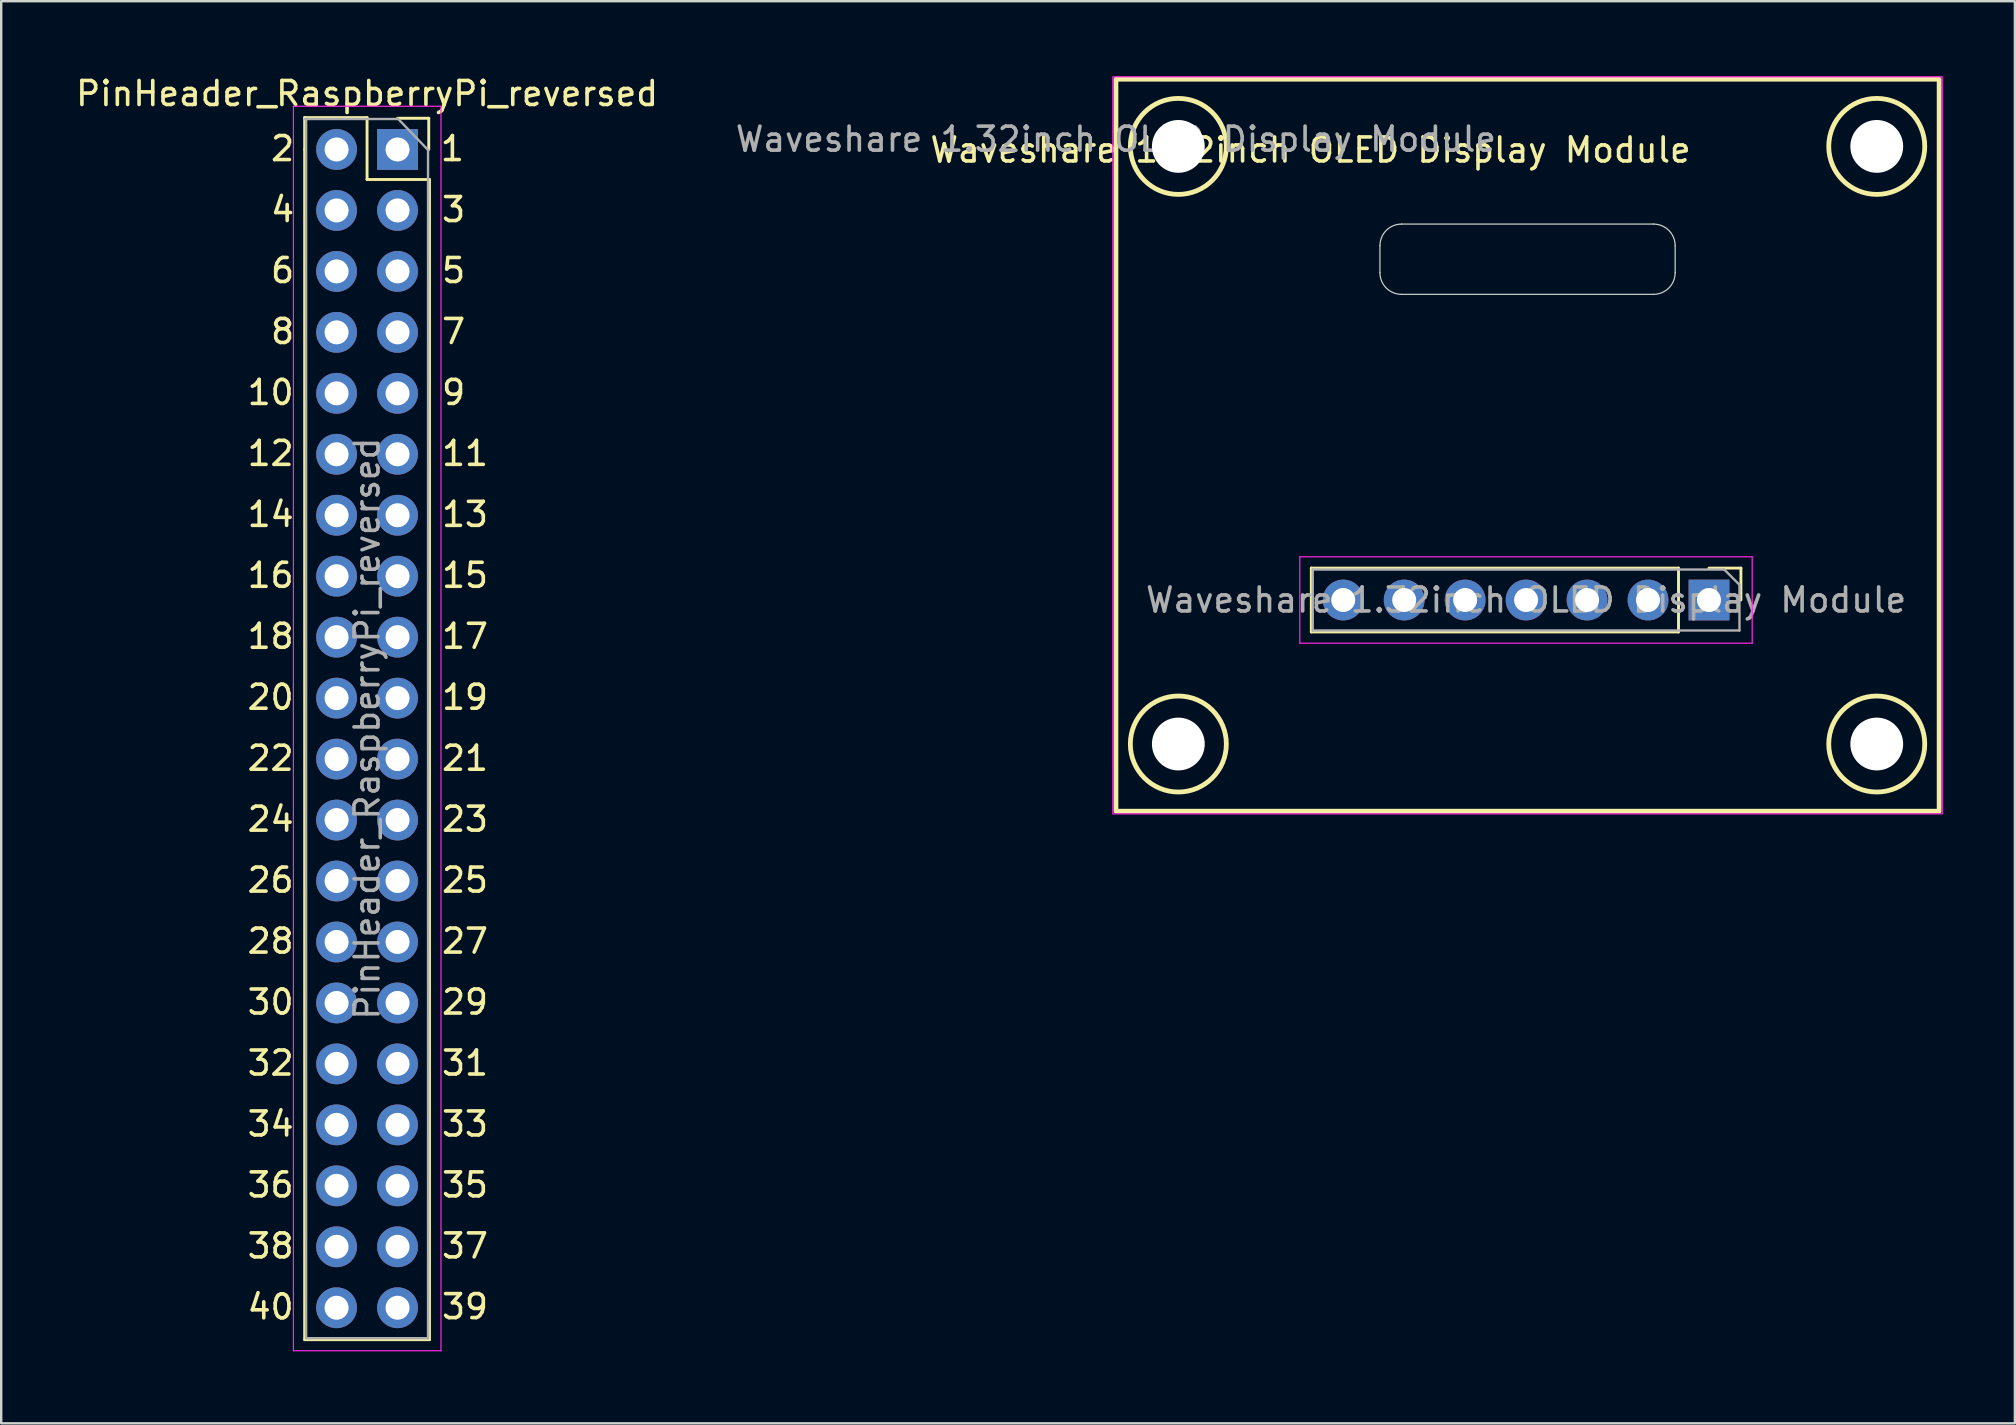
<source format=kicad_pcb>
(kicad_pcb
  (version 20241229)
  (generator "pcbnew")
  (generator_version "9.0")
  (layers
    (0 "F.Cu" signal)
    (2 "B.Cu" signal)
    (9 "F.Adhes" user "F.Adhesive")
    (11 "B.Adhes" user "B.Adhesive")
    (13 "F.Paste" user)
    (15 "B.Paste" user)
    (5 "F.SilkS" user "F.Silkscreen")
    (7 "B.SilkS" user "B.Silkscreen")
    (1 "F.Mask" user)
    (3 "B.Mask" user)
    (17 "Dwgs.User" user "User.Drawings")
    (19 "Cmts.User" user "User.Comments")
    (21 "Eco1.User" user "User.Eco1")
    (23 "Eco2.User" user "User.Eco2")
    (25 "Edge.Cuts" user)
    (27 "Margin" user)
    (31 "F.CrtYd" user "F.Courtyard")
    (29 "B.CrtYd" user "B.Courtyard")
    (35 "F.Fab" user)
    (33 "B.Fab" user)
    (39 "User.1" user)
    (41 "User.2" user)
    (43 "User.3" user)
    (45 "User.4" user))
  (footprint "Waveshare 1.32inch OLED Display Module"
    (layer "F.Cu")
    (at 43.446 0.25)
    (property "Reference" "Waveshare 1.32inch OLED Display Module" (at 8.11 2.95 0) (unlocked yes) (layer "F.SilkS") (effects (font (size 1 1) (thickness 0.15))))
    (attr smd)
    (fp_line (start 8.14 20.37) (end 8.14 23.03) (stroke (width 0.12) (type solid)) (layer "F.SilkS"))
    (fp_line (start 23.44 20.37) (end 8.14 20.37) (stroke (width 0.12) (type solid)) (layer "F.SilkS"))
    (fp_line (start 23.44 20.37) (end 23.44 23.03) (stroke (width 0.12) (type solid)) (layer "F.SilkS"))
    (fp_line (start 23.44 23.03) (end 8.14 23.03) (stroke (width 0.12) (type solid)) (layer "F.SilkS"))
    (fp_line (start 24.71 20.37) (end 26.04 20.37) (stroke (width 0.12) (type solid)) (layer "F.SilkS"))
    (fp_line (start 26.04 20.37) (end 26.04 21.7) (stroke (width 0.12) (type solid)) (layer "F.SilkS"))
    (fp_rect (start 0 0) (end 34.3 30.5) (stroke (width 0.2) (type default)) (fill no) (layer "F.SilkS"))
    (fp_circle (center 2.6 2.8) (end 4.6 2.8) (stroke (width 0.2) (type default)) (fill no) (layer "F.SilkS"))
    (fp_circle (center 2.6 27.7) (end 4.6 27.7) (stroke (width 0.2) (type default)) (fill no) (layer "F.SilkS"))
    (fp_circle (center 31.7 2.8) (end 33.7 2.8) (stroke (width 0.2) (type default)) (fill no) (layer "F.SilkS"))
    (fp_circle (center 31.7 27.7) (end 33.7 27.7) (stroke (width 0.2) (type default)) (fill no) (layer "F.SilkS"))
    (fp_line (start 11 6.936) (end 11 8.064) (stroke (width 0.05) (type default)) (layer "Edge.Cuts"))
    (fp_line (start 11.9 8.964) (end 22.4 8.964) (stroke (width 0.05) (type default)) (layer "Edge.Cuts"))
    (fp_line (start 22.4 6.036) (end 11.9 6.036) (stroke (width 0.05) (type default)) (layer "Edge.Cuts"))
    (fp_line (start 23.3 8.064) (end 23.3 6.936) (stroke (width 0.05) (type default)) (layer "Edge.Cuts"))
    (fp_arc (start 11.000396 6.936396) (mid 11.264 6.3) (end 11.900396 6.036396) (stroke (width 0.05) (type default)) (layer "Edge.Cuts"))
    (fp_arc (start 11.900396 8.963604) (mid 11.264 8.7) (end 11.000396 8.063604) (stroke (width 0.05) (type default)) (layer "Edge.Cuts"))
    (fp_arc (start 22.4 6.036396) (mid 23.036398 6.3) (end 23.3 6.936396) (stroke (width 0.05) (type default)) (layer "Edge.Cuts"))
    (fp_arc (start 23.3 8.063604) (mid 23.036396 8.7) (end 22.4 8.963604) (stroke (width 0.05) (type default)) (layer "Edge.Cuts"))
    (fp_circle (center 2.6 2.8) (end 4.2 4.3) (stroke (width 0.1) (type default)) (fill no) (layer "Margin"))
    (fp_circle (center 2.6 27.7) (end 3.6 29.7) (stroke (width 0.1) (type default)) (fill no) (layer "Margin"))
    (fp_circle (center 31.7 2.8) (end 32.5 4.9) (stroke (width 0.1) (type default)) (fill no) (layer "Margin"))
    (fp_circle (center 31.7 27.7) (end 33 29.6) (stroke (width 0.1) (type default)) (fill no) (layer "Margin"))
    (fp_line (start 7.66 19.9) (end 7.66 23.5) (stroke (width 0.05) (type solid)) (layer "F.CrtYd"))
    (fp_line (start 7.66 23.5) (end 26.51 23.5) (stroke (width 0.05) (type solid)) (layer "F.CrtYd"))
    (fp_line (start 26.51 19.9) (end 7.66 19.9) (stroke (width 0.05) (type solid)) (layer "F.CrtYd"))
    (fp_line (start 26.51 23.5) (end 26.51 19.9) (stroke (width 0.05) (type solid)) (layer "F.CrtYd"))
    (fp_rect (start -0.13 -0.1) (end 34.43 30.61) (stroke (width 0.05) (type default)) (fill no) (layer "F.CrtYd"))
    (fp_line (start 8.2 20.43) (end 25.345 20.43) (stroke (width 0.1) (type solid)) (layer "F.Fab"))
    (fp_line (start 8.2 22.97) (end 8.2 20.43) (stroke (width 0.1) (type solid)) (layer "F.Fab"))
    (fp_line (start 25.345 20.43) (end 25.98 21.065) (stroke (width 0.1) (type solid)) (layer "F.Fab"))
    (fp_line (start 25.98 21.065) (end 25.98 22.97) (stroke (width 0.1) (type solid)) (layer "F.Fab"))
    (fp_line (start 25.98 22.97) (end 8.2 22.97) (stroke (width 0.1) (type solid)) (layer "F.Fab"))
    (fp_text user "${REFERENCE}" (at 17.09 21.7 0) (layer "F.Fab") (effects (font (size 1 1) (thickness 0.15))))
    (fp_text user "${REFERENCE}" (at 0 2.5 0) (unlocked yes) (layer "F.Fab") (effects (font (size 1 1) (thickness 0.15))))
    (pad "" np_thru_hole circle (at 2.6 2.8) (size 2.2 2.2) (drill 2.2) (layers "*.Cu" "*.Mask"))
    (pad "" np_thru_hole circle (at 2.6 27.7) (size 2.2 2.2) (drill 2.2) (layers "*.Cu" "*.Mask"))
    (pad "" np_thru_hole circle (at 31.7 2.8) (size 2.2 2.2) (drill 2.2) (layers "*.Cu" "*.Mask"))
    (pad "" np_thru_hole circle (at 31.7 27.7) (size 2.2 2.2) (drill 2.2) (layers "*.Cu" "*.Mask"))
    (pad "CE0" thru_hole oval (at 14.55 21.7 270) (size 1.7 1.7) (drill 1) (layers "*.Cu" "*.Mask"))
    (pad "GND" thru_hole oval (at 22.17 21.7 270) (size 1.7 1.7) (drill 1) (layers "*.Cu" "*.Mask"))
    (pad "MISO" thru_hole oval (at 12.01 21.7 270) (size 1.7 1.7) (drill 1) (layers "*.Cu" "*.Mask"))
    (pad "MOSI" thru_hole oval (at 19.63 21.7 270) (size 1.7 1.7) (drill 1) (layers "*.Cu" "*.Mask"))
    (pad "RST" thru_hole oval (at 9.47 21.7 270) (size 1.7 1.7) (drill 1) (layers "*.Cu" "*.Mask"))
    (pad "SCLK" thru_hole oval (at 17.09 21.7 270) (size 1.7 1.7) (drill 1) (layers "*.Cu" "*.Mask"))
    (pad "VCC" thru_hole rect (at 24.71 21.7 270) (size 1.7 1.7) (drill 1) (layers "*.Cu" "*.Mask")))
  (footprint "PinHeader_RaspberryPi_reversed"
    (layer "F.Cu")
    (at 13.514 3.178)
    (property "Reference" "PinHeader_RaspberryPi_reversed" (at -1.27 -2.33 0) (layer "F.SilkS") (effects (font (size 1 1) (thickness 0.15))))
    (attr through_hole)
    (fp_line (start -3.87 -1.33) (end -1.27 -1.33) (stroke (width 0.12) (type solid)) (layer "F.SilkS"))
    (fp_line (start -3.87 0) (end -3.87 -1.33) (stroke (width 0.12) (type solid)) (layer "F.SilkS"))
    (fp_line (start -3.87 0) (end -3.87 49.59) (stroke (width 0.12) (type solid)) (layer "F.SilkS"))
    (fp_line (start -3.87 49.59) (end 1.33 49.59) (stroke (width 0.12) (type solid)) (layer "F.SilkS"))
    (fp_line (start -1.27 1.25) (end -1.27 -1.33) (stroke (width 0.12) (type solid)) (layer "F.SilkS"))
    (fp_line (start -1.27 1.25) (end 1.33 1.25) (stroke (width 0.12) (type default)) (layer "F.SilkS"))
    (fp_line (start 0 -1.3) (end 1.3 -1.3) (stroke (width 0.12) (type default)) (layer "F.SilkS"))
    (fp_line (start 1.3 -1.3) (end 1.3 0) (stroke (width 0.12) (type default)) (layer "F.SilkS"))
    (fp_line (start 1.33 1.25) (end 1.33 49.59) (stroke (width 0.12) (type solid)) (layer "F.SilkS"))
    (fp_line (start -4.34 -1.8) (end -4.34 50.05) (stroke (width 0.05) (type solid)) (layer "F.CrtYd"))
    (fp_line (start -4.34 50.05) (end 1.81 50.05) (stroke (width 0.05) (type solid)) (layer "F.CrtYd"))
    (fp_line (start 1.81 -1.8) (end -4.34 -1.8) (stroke (width 0.05) (type solid)) (layer "F.CrtYd"))
    (fp_line (start 1.81 50.05) (end 1.81 -1.8) (stroke (width 0.05) (type solid)) (layer "F.CrtYd"))
    (fp_line (start -3.85 -1.27) (end 0 -1.27) (stroke (width 0.1) (type solid)) (layer "F.Fab"))
    (fp_line (start -3.81 49.53) (end -3.81 -1.25) (stroke (width 0.1) (type solid)) (layer "F.Fab"))
    (fp_line (start 0 -1.3) (end 1.25 0) (stroke (width 0.1) (type default)) (layer "F.Fab"))
    (fp_line (start 1.27 0) (end 1.27 49.53) (stroke (width 0.1) (type solid)) (layer "F.Fab"))
    (fp_line (start 1.27 49.53) (end -3.81 49.53) (stroke (width 0.1) (type solid)) (layer "F.Fab"))
    (fp_text user "21" (at 1.76 25.95 0) (unlocked yes) (layer "F.SilkS") (effects (font (size 1 1) (thickness 0.15)) (justify left bottom)))
    (fp_text user "22" (at -6.34 25.95 0) (unlocked yes) (layer "F.SilkS") (effects (font (size 1 1) (thickness 0.15)) (justify left bottom)))
    (fp_text user "15" (at 1.76 18.33 0) (unlocked yes) (layer "F.SilkS") (effects (font (size 1 1) (thickness 0.15)) (justify left bottom)))
    (fp_text user "31" (at 1.76 38.65 0) (unlocked yes) (layer "F.SilkS") (effects (font (size 1 1) (thickness 0.15)) (justify left bottom)))
    (fp_text user "36" (at -6.34 43.73 0) (unlocked yes) (layer "F.SilkS") (effects (font (size 1 1) (thickness 0.15)) (justify left bottom)))
    (fp_text user "25" (at 1.76 31.03 0) (unlocked yes) (layer "F.SilkS") (effects (font (size 1 1) (thickness 0.15)) (justify left bottom)))
    (fp_text user "11" (at 1.76 13.25 0) (unlocked yes) (layer "F.SilkS") (effects (font (size 1 1) (thickness 0.15)) (justify left bottom)))
    (fp_text user "20" (at -6.34 23.41 0) (unlocked yes) (layer "F.SilkS") (effects (font (size 1 1) (thickness 0.15)) (justify left bottom)))
    (fp_text user "27" (at 1.76 33.57 0) (unlocked yes) (layer "F.SilkS") (effects (font (size 1 1) (thickness 0.15)) (justify left bottom)))
    (fp_text user "19" (at 1.76 23.41 0) (unlocked yes) (layer "F.SilkS") (effects (font (size 1 1) (thickness 0.15)) (justify left bottom)))
    (fp_text user "35" (at 1.76 43.73 0) (unlocked yes) (layer "F.SilkS") (effects (font (size 1 1) (thickness 0.15)) (justify left bottom)))
    (fp_text user "34" (at -6.34 41.19 0) (unlocked yes) (layer "F.SilkS") (effects (font (size 1 1) (thickness 0.15)) (justify left bottom)))
    (fp_text user "9" (at 1.76 10.71 0) (unlocked yes) (layer "F.SilkS") (effects (font (size 1 1) (thickness 0.15)) (justify left bottom)))
    (fp_text user "26" (at -6.34 31.03 0) (unlocked yes) (layer "F.SilkS") (effects (font (size 1 1) (thickness 0.15)) (justify left bottom)))
    (fp_text user "37" (at 1.76 46.27 0) (unlocked yes) (layer "F.SilkS") (effects (font (size 1 1) (thickness 0.15)) (justify left bottom)))
    (fp_text user "6" (at -5.365 5.63 0) (unlocked yes) (layer "F.SilkS") (effects (font (size 1 1) (thickness 0.15)) (justify left bottom)))
    (fp_text user "40" (at -6.34 48.81 0) (unlocked yes) (layer "F.SilkS") (effects (font (size 1 1) (thickness 0.15)) (justify left bottom)))
    (fp_text user "14" (at -6.34 15.79 0) (unlocked yes) (layer "F.SilkS") (effects (font (size 1 1) (thickness 0.15)) (justify left bottom)))
    (fp_text user "1" (at 1.71 0.55 0) (unlocked yes) (layer "F.SilkS") (effects (font (size 1 1) (thickness 0.15)) (justify left bottom)))
    (fp_text user "32" (at -6.34 38.65 0) (unlocked yes) (layer "F.SilkS") (effects (font (size 1 1) (thickness 0.15)) (justify left bottom)))
    (fp_text user "5" (at 1.76 5.63 0) (unlocked yes) (layer "F.SilkS") (effects (font (size 1 1) (thickness 0.15)) (justify left bottom)))
    (fp_text user "29" (at 1.76 36.11 0) (unlocked yes) (layer "F.SilkS") (effects (font (size 1 1) (thickness 0.15)) (justify left bottom)))
    (fp_text user "38" (at -6.34 46.27 0) (unlocked yes) (layer "F.SilkS") (effects (font (size 1 1) (thickness 0.15)) (justify left bottom)))
    (fp_text user "16" (at -6.34 18.33 0) (unlocked yes) (layer "F.SilkS") (effects (font (size 1 1) (thickness 0.15)) (justify left bottom)))
    (fp_text user "2" (at -5.365 0.55 0) (unlocked yes) (layer "F.SilkS") (effects (font (size 1 1) (thickness 0.15)) (justify left bottom)))
    (fp_text user "12" (at -6.34 13.25 0) (unlocked yes) (layer "F.SilkS") (effects (font (size 1 1) (thickness 0.15)) (justify left bottom)))
    (fp_text user "28" (at -6.34 33.57 0) (unlocked yes) (layer "F.SilkS") (effects (font (size 1 1) (thickness 0.15)) (justify left bottom)))
    (fp_text user "24" (at -6.34 28.49 0) (unlocked yes) (layer "F.SilkS") (effects (font (size 1 1) (thickness 0.15)) (justify left bottom)))
    (fp_text user "8" (at -5.365 8.17 0) (unlocked yes) (layer "F.SilkS") (effects (font (size 1 1) (thickness 0.15)) (justify left bottom)))
    (fp_text user "13" (at 1.76 15.79 0) (unlocked yes) (layer "F.SilkS") (effects (font (size 1 1) (thickness 0.15)) (justify left bottom)))
    (fp_text user "10" (at -6.34 10.71 0) (unlocked yes) (layer "F.SilkS") (effects (font (size 1 1) (thickness 0.15)) (justify left bottom)))
    (fp_text user "3" (at 1.76 3.09 0) (unlocked yes) (layer "F.SilkS") (effects (font (size 1 1) (thickness 0.15)) (justify left bottom)))
    (fp_text user "30" (at -6.34 36.11 0) (unlocked yes) (layer "F.SilkS") (effects (font (size 1 1) (thickness 0.15)) (justify left bottom)))
    (fp_text user "4" (at -5.365 3.09 0) (unlocked yes) (layer "F.SilkS") (effects (font (size 1 1) (thickness 0.15)) (justify left bottom)))
    (fp_text user "7" (at 1.76 8.17 0) (unlocked yes) (layer "F.SilkS") (effects (font (size 1 1) (thickness 0.15)) (justify left bottom)))
    (fp_text user "17" (at 1.76 20.87 0) (unlocked yes) (layer "F.SilkS") (effects (font (size 1 1) (thickness 0.15)) (justify left bottom)))
    (fp_text user "23" (at 1.76 28.49 0) (unlocked yes) (layer "F.SilkS") (effects (font (size 1 1) (thickness 0.15)) (justify left bottom)))
    (fp_text user "39" (at 1.76 48.8 0) (unlocked yes) (layer "F.SilkS") (effects (font (size 1 1) (thickness 0.15)) (justify left bottom)))
    (fp_text user "18" (at -6.34 20.87 0) (unlocked yes) (layer "F.SilkS") (effects (font (size 1 1) (thickness 0.15)) (justify left bottom)))
    (fp_text user "33" (at 1.76 41.19 0) (unlocked yes) (layer "F.SilkS") (effects (font (size 1 1) (thickness 0.15)) (justify left bottom)))
    (fp_text user "${REFERENCE}" (at -1.27 24.13 90) (layer "F.Fab") (effects (font (size 1 1) (thickness 0.15))))
    (pad "1" thru_hole rect (at 0 0) (size 1.7 1.7) (drill 1) (layers "*.Cu" "*.Mask"))
    (pad "2" thru_hole oval (at -2.54 0) (size 1.7 1.7) (drill 1) (layers "*.Cu" "*.Mask"))
    (pad "3" thru_hole oval (at 0 2.54) (size 1.7 1.7) (drill 1) (layers "*.Cu" "*.Mask"))
    (pad "4" thru_hole oval (at -2.54 2.54) (size 1.7 1.7) (drill 1) (layers "*.Cu" "*.Mask"))
    (pad "5" thru_hole oval (at 0 5.08) (size 1.7 1.7) (drill 1) (layers "*.Cu" "*.Mask"))
    (pad "6" thru_hole oval (at -2.54 5.08) (size 1.7 1.7) (drill 1) (layers "*.Cu" "*.Mask"))
    (pad "7" thru_hole oval (at 0 7.62) (size 1.7 1.7) (drill 1) (layers "*.Cu" "*.Mask"))
    (pad "8" thru_hole oval (at -2.54 7.62) (size 1.7 1.7) (drill 1) (layers "*.Cu" "*.Mask"))
    (pad "9" thru_hole oval (at 0 10.16) (size 1.7 1.7) (drill 1) (layers "*.Cu" "*.Mask"))
    (pad "10" thru_hole oval (at -2.54 10.16) (size 1.7 1.7) (drill 1) (layers "*.Cu" "*.Mask"))
    (pad "11" thru_hole oval (at 0 12.7) (size 1.7 1.7) (drill 1) (layers "*.Cu" "*.Mask"))
    (pad "12" thru_hole oval (at -2.54 12.7) (size 1.7 1.7) (drill 1) (layers "*.Cu" "*.Mask"))
    (pad "13" thru_hole oval (at 0 15.24) (size 1.7 1.7) (drill 1) (layers "*.Cu" "*.Mask"))
    (pad "14" thru_hole oval (at -2.54 15.24) (size 1.7 1.7) (drill 1) (layers "*.Cu" "*.Mask"))
    (pad "15" thru_hole oval (at 0 17.78) (size 1.7 1.7) (drill 1) (layers "*.Cu" "*.Mask"))
    (pad "16" thru_hole oval (at -2.54 17.78) (size 1.7 1.7) (drill 1) (layers "*.Cu" "*.Mask"))
    (pad "17" thru_hole oval (at 0 20.32) (size 1.7 1.7) (drill 1) (layers "*.Cu" "*.Mask"))
    (pad "18" thru_hole oval (at -2.54 20.32) (size 1.7 1.7) (drill 1) (layers "*.Cu" "*.Mask"))
    (pad "19" thru_hole oval (at 0 22.86) (size 1.7 1.7) (drill 1) (layers "*.Cu" "*.Mask"))
    (pad "20" thru_hole oval (at -2.54 22.86) (size 1.7 1.7) (drill 1) (layers "*.Cu" "*.Mask"))
    (pad "21" thru_hole oval (at 0 25.4) (size 1.7 1.7) (drill 1) (layers "*.Cu" "*.Mask"))
    (pad "22" thru_hole oval (at -2.54 25.4) (size 1.7 1.7) (drill 1) (layers "*.Cu" "*.Mask"))
    (pad "23" thru_hole oval (at 0 27.94) (size 1.7 1.7) (drill 1) (layers "*.Cu" "*.Mask"))
    (pad "24" thru_hole oval (at -2.54 27.94) (size 1.7 1.7) (drill 1) (layers "*.Cu" "*.Mask"))
    (pad "25" thru_hole oval (at 0 30.48) (size 1.7 1.7) (drill 1) (layers "*.Cu" "*.Mask"))
    (pad "26" thru_hole oval (at -2.54 30.48) (size 1.7 1.7) (drill 1) (layers "*.Cu" "*.Mask"))
    (pad "27" thru_hole oval (at 0 33.02) (size 1.7 1.7) (drill 1) (layers "*.Cu" "*.Mask"))
    (pad "28" thru_hole oval (at -2.54 33.02) (size 1.7 1.7) (drill 1) (layers "*.Cu" "*.Mask"))
    (pad "29" thru_hole oval (at 0 35.56) (size 1.7 1.7) (drill 1) (layers "*.Cu" "*.Mask"))
    (pad "30" thru_hole oval (at -2.54 35.56) (size 1.7 1.7) (drill 1) (layers "*.Cu" "*.Mask"))
    (pad "31" thru_hole oval (at 0 38.1) (size 1.7 1.7) (drill 1) (layers "*.Cu" "*.Mask"))
    (pad "32" thru_hole oval (at -2.54 38.1) (size 1.7 1.7) (drill 1) (layers "*.Cu" "*.Mask"))
    (pad "33" thru_hole oval (at 0 40.64) (size 1.7 1.7) (drill 1) (layers "*.Cu" "*.Mask"))
    (pad "34" thru_hole oval (at -2.54 40.64) (size 1.7 1.7) (drill 1) (layers "*.Cu" "*.Mask"))
    (pad "35" thru_hole oval (at 0 43.18) (size 1.7 1.7) (drill 1) (layers "*.Cu" "*.Mask"))
    (pad "36" thru_hole oval (at -2.54 43.18) (size 1.7 1.7) (drill 1) (layers "*.Cu" "*.Mask"))
    (pad "37" thru_hole oval (at 0 45.72) (size 1.7 1.7) (drill 1) (layers "*.Cu" "*.Mask"))
    (pad "38" thru_hole oval (at -2.54 45.72) (size 1.7 1.7) (drill 1) (layers "*.Cu" "*.Mask"))
    (pad "39" thru_hole oval (at 0 48.26) (size 1.7 1.7) (drill 1) (layers "*.Cu" "*.Mask"))
    (pad "40" thru_hole oval (at -2.54 48.26) (size 1.7 1.7) (drill 1) (layers "*.Cu" "*.Mask")))
  (gr_rect
    (start -3 -3)
    (end 80.901 56.253)
    (stroke (width 0.1) (type default))
    (fill no)
    (layer "Edge.Cuts")))
</source>
